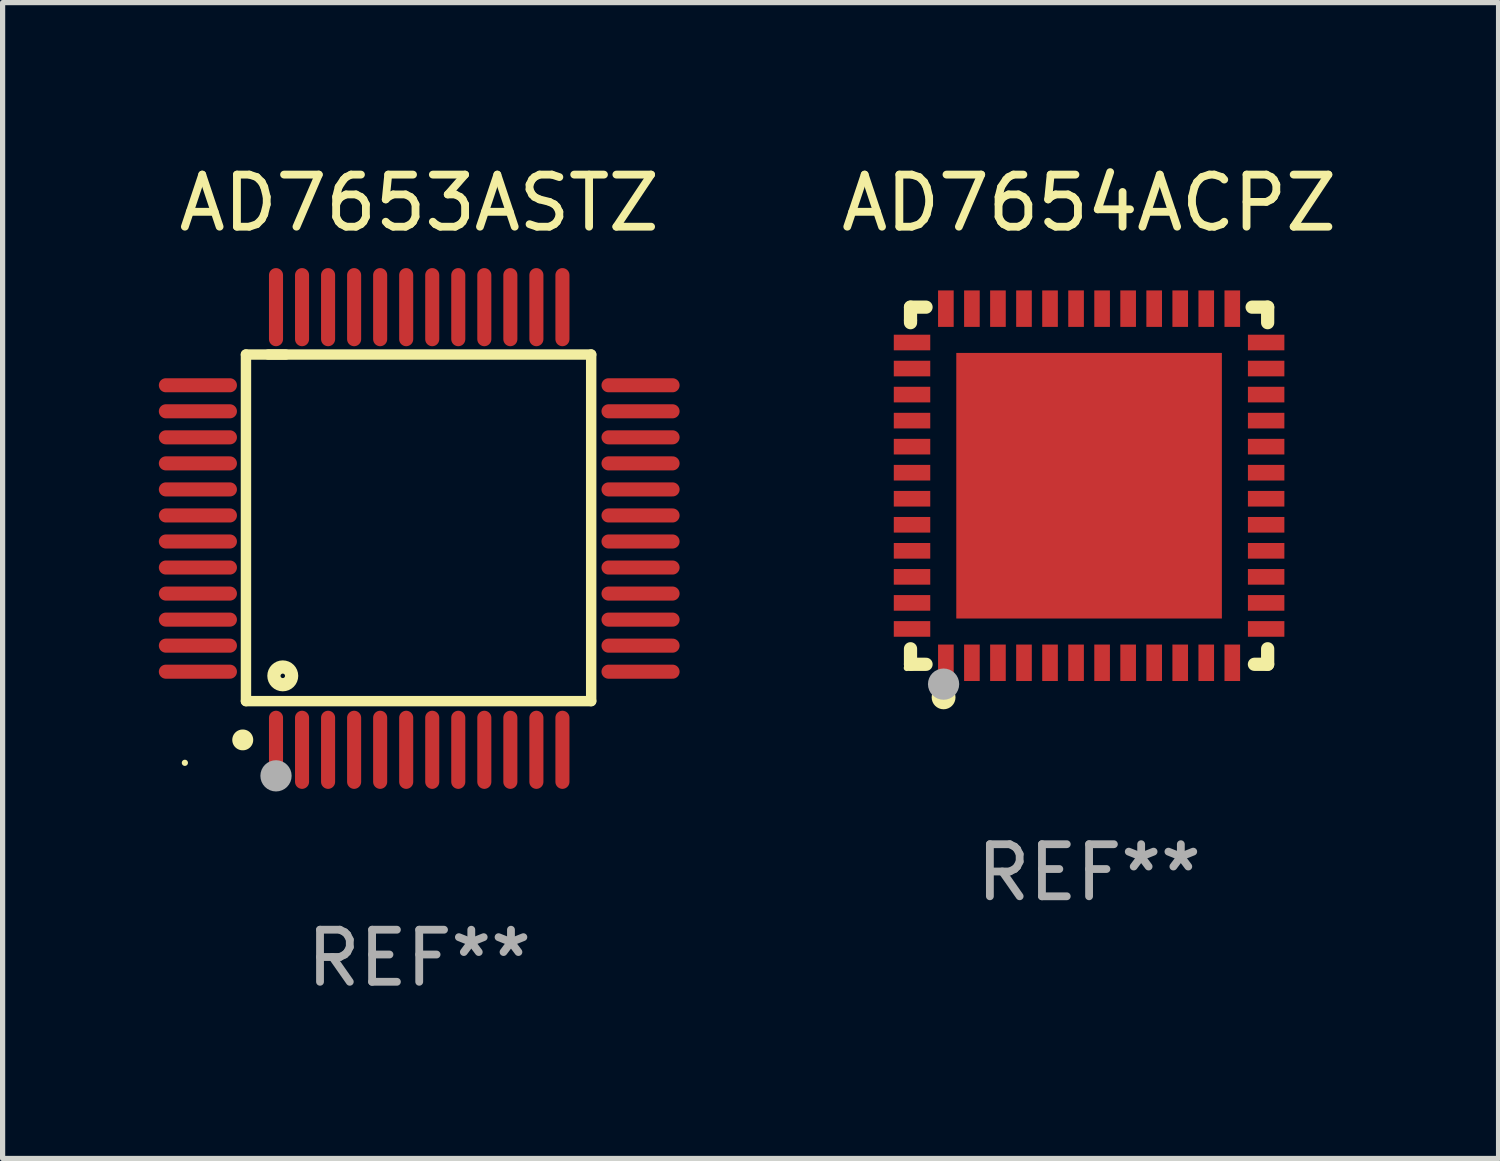
<source format=kicad_pcb>
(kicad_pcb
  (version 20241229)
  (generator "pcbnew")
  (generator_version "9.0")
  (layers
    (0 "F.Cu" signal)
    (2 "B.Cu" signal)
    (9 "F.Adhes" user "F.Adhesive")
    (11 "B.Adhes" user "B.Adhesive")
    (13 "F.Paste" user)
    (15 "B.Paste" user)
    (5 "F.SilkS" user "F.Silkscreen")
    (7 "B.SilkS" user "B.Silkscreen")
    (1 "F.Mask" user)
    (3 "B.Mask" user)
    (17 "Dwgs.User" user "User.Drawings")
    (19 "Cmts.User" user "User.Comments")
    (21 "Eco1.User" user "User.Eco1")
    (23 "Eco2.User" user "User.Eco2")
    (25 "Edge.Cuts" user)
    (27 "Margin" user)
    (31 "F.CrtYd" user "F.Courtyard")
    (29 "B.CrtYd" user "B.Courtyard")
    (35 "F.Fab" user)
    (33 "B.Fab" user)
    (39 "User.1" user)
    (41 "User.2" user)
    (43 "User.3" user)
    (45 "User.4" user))
  (footprint "AD7653ASTZ"
    (layer "F.Cu")
    (at 5 7.098)
    (property "Reference" "AD7653ASTZ" (at 0 -6.25 0) (layer "F.SilkS") (effects (font (size 1 1) (thickness 0.15))))
    (attr through_hole)
    (fp_line (start -3.327 -3.34) (end -2.565 -3.34) (stroke (width 0.2) (type solid)) (layer "F.SilkS"))
    (fp_line (start -3.327 3.315) (end -3.327 -3.34) (stroke (width 0.2) (type solid)) (layer "F.SilkS"))
    (fp_line (start -2.896 -3.34) (end 3.302 -3.34) (stroke (width 0.2) (type solid)) (layer "F.SilkS"))
    (fp_line (start 3.302 -3.34) (end 3.302 3.315) (stroke (width 0.2) (type solid)) (layer "F.SilkS"))
    (fp_line (start 3.302 3.315) (end -3.327 3.315) (stroke (width 0.2) (type solid)) (layer "F.SilkS"))
    (fp_arc (start -3.389992 4.059995) (mid -3.388722 4.059991) (end -3.387452 4.059995) (stroke (width 0.4) (type solid)) (layer "F.SilkS"))
    (fp_circle (center -4.5 4.5) (end -4.47 4.5) (stroke (width 0.06) (type solid)) (fill no) (layer "F.SilkS"))
    (fp_circle (center -2.62 2.83) (end -2.45 2.83) (stroke (width 0.254) (type solid)) (fill no) (layer "F.SilkS"))
    (fp_circle (center -2.75 4.75) (end -2.6 4.75) (stroke (width 0.3) (type solid)) (fill no) (layer "F.Fab"))
    (fp_text user "REF**" (at 0 8.25 0) (layer "F.Fab") (effects (font (size 1 1) (thickness 0.15))))
    (pad "1" smd oval (at -2.75 4.25) (size 0.27 1.5) (layers "F.Cu" "F.Mask" "F.Paste"))
    (pad "2" smd oval (at -2.25 4.25) (size 0.27 1.5) (layers "F.Cu" "F.Mask" "F.Paste"))
    (pad "3" smd oval (at -1.75 4.25) (size 0.27 1.5) (layers "F.Cu" "F.Mask" "F.Paste"))
    (pad "4" smd oval (at -1.25 4.25) (size 0.27 1.5) (layers "F.Cu" "F.Mask" "F.Paste"))
    (pad "5" smd oval (at -0.75 4.25) (size 0.27 1.5) (layers "F.Cu" "F.Mask" "F.Paste"))
    (pad "6" smd oval (at -0.25 4.25) (size 0.27 1.5) (layers "F.Cu" "F.Mask" "F.Paste"))
    (pad "7" smd oval (at 0.25 4.25) (size 0.27 1.5) (layers "F.Cu" "F.Mask" "F.Paste"))
    (pad "8" smd oval (at 0.75 4.25) (size 0.27 1.5) (layers "F.Cu" "F.Mask" "F.Paste"))
    (pad "9" smd oval (at 1.25 4.25) (size 0.27 1.5) (layers "F.Cu" "F.Mask" "F.Paste"))
    (pad "10" smd oval (at 1.75 4.25) (size 0.27 1.5) (layers "F.Cu" "F.Mask" "F.Paste"))
    (pad "11" smd oval (at 2.25 4.25) (size 0.27 1.5) (layers "F.Cu" "F.Mask" "F.Paste"))
    (pad "12" smd oval (at 2.75 4.25) (size 0.27 1.5) (layers "F.Cu" "F.Mask" "F.Paste"))
    (pad "13" smd oval (at 4.25 2.75) (size 1.5 0.27) (layers "F.Cu" "F.Mask" "F.Paste"))
    (pad "14" smd oval (at 4.25 2.25) (size 1.5 0.27) (layers "F.Cu" "F.Mask" "F.Paste"))
    (pad "15" smd oval (at 4.25 1.75) (size 1.5 0.27) (layers "F.Cu" "F.Mask" "F.Paste"))
    (pad "16" smd oval (at 4.25 1.25) (size 1.5 0.27) (layers "F.Cu" "F.Mask" "F.Paste"))
    (pad "17" smd oval (at 4.25 0.75) (size 1.5 0.27) (layers "F.Cu" "F.Mask" "F.Paste"))
    (pad "18" smd oval (at 4.25 0.25) (size 1.5 0.27) (layers "F.Cu" "F.Mask" "F.Paste"))
    (pad "19" smd oval (at 4.25 -0.25) (size 1.5 0.27) (layers "F.Cu" "F.Mask" "F.Paste"))
    (pad "20" smd oval (at 4.25 -0.75) (size 1.5 0.27) (layers "F.Cu" "F.Mask" "F.Paste"))
    (pad "21" smd oval (at 4.25 -1.25) (size 1.5 0.27) (layers "F.Cu" "F.Mask" "F.Paste"))
    (pad "22" smd oval (at 4.25 -1.75) (size 1.5 0.27) (layers "F.Cu" "F.Mask" "F.Paste"))
    (pad "23" smd oval (at 4.25 -2.25) (size 1.5 0.27) (layers "F.Cu" "F.Mask" "F.Paste"))
    (pad "24" smd oval (at 4.25 -2.75) (size 1.5 0.27) (layers "F.Cu" "F.Mask" "F.Paste"))
    (pad "25" smd oval (at 2.75 -4.25) (size 0.27 1.5) (layers "F.Cu" "F.Mask" "F.Paste"))
    (pad "26" smd oval (at 2.25 -4.25) (size 0.27 1.5) (layers "F.Cu" "F.Mask" "F.Paste"))
    (pad "27" smd oval (at 1.75 -4.25) (size 0.27 1.5) (layers "F.Cu" "F.Mask" "F.Paste"))
    (pad "28" smd oval (at 1.25 -4.25) (size 0.27 1.5) (layers "F.Cu" "F.Mask" "F.Paste"))
    (pad "29" smd oval (at 0.75 -4.25) (size 0.27 1.5) (layers "F.Cu" "F.Mask" "F.Paste"))
    (pad "30" smd oval (at 0.25 -4.25) (size 0.27 1.5) (layers "F.Cu" "F.Mask" "F.Paste"))
    (pad "31" smd oval (at -0.25 -4.25) (size 0.27 1.5) (layers "F.Cu" "F.Mask" "F.Paste"))
    (pad "32" smd oval (at -0.75 -4.25) (size 0.27 1.5) (layers "F.Cu" "F.Mask" "F.Paste"))
    (pad "33" smd oval (at -1.25 -4.25) (size 0.27 1.5) (layers "F.Cu" "F.Mask" "F.Paste"))
    (pad "34" smd oval (at -1.75 -4.25) (size 0.27 1.5) (layers "F.Cu" "F.Mask" "F.Paste"))
    (pad "35" smd oval (at -2.25 -4.25) (size 0.27 1.5) (layers "F.Cu" "F.Mask" "F.Paste"))
    (pad "36" smd oval (at -2.75 -4.25) (size 0.27 1.5) (layers "F.Cu" "F.Mask" "F.Paste"))
    (pad "37" smd oval (at -4.25 -2.75) (size 1.5 0.27) (layers "F.Cu" "F.Mask" "F.Paste"))
    (pad "38" smd oval (at -4.25 -2.25) (size 1.5 0.27) (layers "F.Cu" "F.Mask" "F.Paste"))
    (pad "39" smd oval (at -4.25 -1.75) (size 1.5 0.27) (layers "F.Cu" "F.Mask" "F.Paste"))
    (pad "40" smd oval (at -4.25 -1.25) (size 1.5 0.27) (layers "F.Cu" "F.Mask" "F.Paste"))
    (pad "41" smd oval (at -4.25 -0.75) (size 1.5 0.27) (layers "F.Cu" "F.Mask" "F.Paste"))
    (pad "42" smd oval (at -4.25 -0.25) (size 1.5 0.27) (layers "F.Cu" "F.Mask" "F.Paste"))
    (pad "43" smd oval (at -4.25 0.25) (size 1.5 0.27) (layers "F.Cu" "F.Mask" "F.Paste"))
    (pad "44" smd oval (at -4.25 0.75) (size 1.5 0.27) (layers "F.Cu" "F.Mask" "F.Paste"))
    (pad "45" smd oval (at -4.25 1.25) (size 1.5 0.27) (layers "F.Cu" "F.Mask" "F.Paste"))
    (pad "46" smd oval (at -4.25 1.75) (size 1.5 0.27) (layers "F.Cu" "F.Mask" "F.Paste"))
    (pad "47" smd oval (at -4.25 2.25) (size 1.5 0.27) (layers "F.Cu" "F.Mask" "F.Paste"))
    (pad "48" smd oval (at -4.25 2.75) (size 1.5 0.27) (layers "F.Cu" "F.Mask" "F.Paste")))
  (footprint "AD7654ACPZ"
    (layer "F.Cu")
    (at 17.863 6.277)
    (property "Reference" "AD7654ACPZ" (at 0 -5.429 0) (layer "F.SilkS") (effects (font (size 1 1) (thickness 0.15))))
    (attr through_hole)
    (fp_line (start -3.429 -3.429) (end -3.429 -3.175) (stroke (width 0.254) (type solid)) (layer "F.SilkS"))
    (fp_line (start -3.429 -3.175) (end -3.429 -3.131) (stroke (width 0.254) (type solid)) (layer "F.SilkS"))
    (fp_line (start -3.429 3.131) (end -3.429 3.429) (stroke (width 0.254) (type solid)) (layer "F.SilkS"))
    (fp_line (start -3.429 3.429) (end -3.131 3.429) (stroke (width 0.254) (type solid)) (layer "F.SilkS"))
    (fp_line (start -3.131 -3.429) (end -3.429 -3.429) (stroke (width 0.254) (type solid)) (layer "F.SilkS"))
    (fp_line (start 3.131 -3.429) (end 3.429 -3.429) (stroke (width 0.254) (type solid)) (layer "F.SilkS"))
    (fp_line (start 3.429 -3.429) (end 3.429 -3.131) (stroke (width 0.254) (type solid)) (layer "F.SilkS"))
    (fp_line (start 3.429 3.131) (end 3.429 3.429) (stroke (width 0.254) (type solid)) (layer "F.SilkS"))
    (fp_line (start 3.429 3.429) (end 3.175 3.429) (stroke (width 0.254) (type solid)) (layer "F.SilkS"))
    (fp_circle (center -3.5 3.5) (end -3.47 3.5) (stroke (width 0.06) (type solid)) (fill no) (layer "F.SilkS"))
    (fp_circle (center -2.794 4.064) (end -2.667 4.064) (stroke (width 0.204) (type solid)) (fill no) (layer "F.SilkS"))
    (fp_circle (center -2.794 3.81) (end -2.644 3.81) (stroke (width 0.3) (type solid)) (fill no) (layer "F.Fab"))
    (fp_text user "REF**" (at 0 7.429 0) (layer "F.Fab") (effects (font (size 1 1) (thickness 0.15))))
    (pad "1" smd rect (at -2.75 3.4) (size 0.3 0.7) (layers "F.Cu" "F.Mask" "F.Paste"))
    (pad "2" smd rect (at -2.25 3.4) (size 0.3 0.7) (layers "F.Cu" "F.Mask" "F.Paste"))
    (pad "3" smd rect (at -1.75 3.4) (size 0.3 0.7) (layers "F.Cu" "F.Mask" "F.Paste"))
    (pad "4" smd rect (at -1.25 3.4) (size 0.3 0.7) (layers "F.Cu" "F.Mask" "F.Paste"))
    (pad "5" smd rect (at -0.75 3.4) (size 0.3 0.7) (layers "F.Cu" "F.Mask" "F.Paste"))
    (pad "6" smd rect (at -0.25 3.4) (size 0.3 0.7) (layers "F.Cu" "F.Mask" "F.Paste"))
    (pad "7" smd rect (at 0.25 3.4) (size 0.3 0.7) (layers "F.Cu" "F.Mask" "F.Paste"))
    (pad "8" smd rect (at 0.75 3.4) (size 0.3 0.7) (layers "F.Cu" "F.Mask" "F.Paste"))
    (pad "9" smd rect (at 1.25 3.4) (size 0.3 0.7) (layers "F.Cu" "F.Mask" "F.Paste"))
    (pad "10" smd rect (at 1.75 3.4) (size 0.3 0.7) (layers "F.Cu" "F.Mask" "F.Paste"))
    (pad "11" smd rect (at 2.25 3.4) (size 0.3 0.7) (layers "F.Cu" "F.Mask" "F.Paste"))
    (pad "12" smd rect (at 2.75 3.4) (size 0.3 0.7) (layers "F.Cu" "F.Mask" "F.Paste"))
    (pad "13" smd rect (at 3.4 2.75) (size 0.7 0.3) (layers "F.Cu" "F.Mask" "F.Paste"))
    (pad "14" smd rect (at 3.4 2.25) (size 0.7 0.3) (layers "F.Cu" "F.Mask" "F.Paste"))
    (pad "15" smd rect (at 3.4 1.75) (size 0.7 0.3) (layers "F.Cu" "F.Mask" "F.Paste"))
    (pad "16" smd rect (at 3.4 1.25) (size 0.7 0.3) (layers "F.Cu" "F.Mask" "F.Paste"))
    (pad "17" smd rect (at 3.4 0.75) (size 0.7 0.3) (layers "F.Cu" "F.Mask" "F.Paste"))
    (pad "18" smd rect (at 3.4 0.25) (size 0.7 0.3) (layers "F.Cu" "F.Mask" "F.Paste"))
    (pad "19" smd rect (at 3.4 -0.25) (size 0.7 0.3) (layers "F.Cu" "F.Mask" "F.Paste"))
    (pad "20" smd rect (at 3.4 -0.75) (size 0.7 0.3) (layers "F.Cu" "F.Mask" "F.Paste"))
    (pad "21" smd rect (at 3.4 -1.25) (size 0.7 0.3) (layers "F.Cu" "F.Mask" "F.Paste"))
    (pad "22" smd rect (at 3.4 -1.75) (size 0.7 0.3) (layers "F.Cu" "F.Mask" "F.Paste"))
    (pad "23" smd rect (at 3.4 -2.25) (size 0.7 0.3) (layers "F.Cu" "F.Mask" "F.Paste"))
    (pad "24" smd rect (at 3.4 -2.75) (size 0.7 0.3) (layers "F.Cu" "F.Mask" "F.Paste"))
    (pad "25" smd rect (at 2.75 -3.4) (size 0.3 0.7) (layers "F.Cu" "F.Mask" "F.Paste"))
    (pad "26" smd rect (at 2.25 -3.4) (size 0.3 0.7) (layers "F.Cu" "F.Mask" "F.Paste"))
    (pad "27" smd rect (at 1.75 -3.4) (size 0.3 0.7) (layers "F.Cu" "F.Mask" "F.Paste"))
    (pad "28" smd rect (at 1.25 -3.4) (size 0.3 0.7) (layers "F.Cu" "F.Mask" "F.Paste"))
    (pad "29" smd rect (at 0.75 -3.4) (size 0.3 0.7) (layers "F.Cu" "F.Mask" "F.Paste"))
    (pad "30" smd rect (at 0.25 -3.4) (size 0.3 0.7) (layers "F.Cu" "F.Mask" "F.Paste"))
    (pad "31" smd rect (at -0.25 -3.4) (size 0.3 0.7) (layers "F.Cu" "F.Mask" "F.Paste"))
    (pad "32" smd rect (at -0.75 -3.4) (size 0.3 0.7) (layers "F.Cu" "F.Mask" "F.Paste"))
    (pad "33" smd rect (at -1.25 -3.4) (size 0.3 0.7) (layers "F.Cu" "F.Mask" "F.Paste"))
    (pad "34" smd rect (at -1.75 -3.4) (size 0.3 0.7) (layers "F.Cu" "F.Mask" "F.Paste"))
    (pad "35" smd rect (at -2.25 -3.4) (size 0.3 0.7) (layers "F.Cu" "F.Mask" "F.Paste"))
    (pad "36" smd rect (at -2.75 -3.4) (size 0.3 0.7) (layers "F.Cu" "F.Mask" "F.Paste"))
    (pad "37" smd rect (at -3.4 -2.75) (size 0.7 0.3) (layers "F.Cu" "F.Mask" "F.Paste"))
    (pad "38" smd rect (at -3.4 -2.25) (size 0.7 0.3) (layers "F.Cu" "F.Mask" "F.Paste"))
    (pad "39" smd rect (at -3.4 -1.75) (size 0.7 0.3) (layers "F.Cu" "F.Mask" "F.Paste"))
    (pad "40" smd rect (at -3.4 -1.25) (size 0.7 0.3) (layers "F.Cu" "F.Mask" "F.Paste"))
    (pad "41" smd rect (at -3.4 -0.75) (size 0.7 0.3) (layers "F.Cu" "F.Mask" "F.Paste"))
    (pad "42" smd rect (at -3.4 -0.25) (size 0.7 0.3) (layers "F.Cu" "F.Mask" "F.Paste"))
    (pad "43" smd rect (at -3.4 0.25) (size 0.7 0.3) (layers "F.Cu" "F.Mask" "F.Paste"))
    (pad "44" smd rect (at -3.4 0.75) (size 0.7 0.3) (layers "F.Cu" "F.Mask" "F.Paste"))
    (pad "45" smd rect (at -3.4 1.25) (size 0.7 0.3) (layers "F.Cu" "F.Mask" "F.Paste"))
    (pad "46" smd rect (at -3.4 1.75) (size 0.7 0.3) (layers "F.Cu" "F.Mask" "F.Paste"))
    (pad "47" smd rect (at -3.4 2.25) (size 0.7 0.3) (layers "F.Cu" "F.Mask" "F.Paste"))
    (pad "48" smd rect (at -3.4 2.75) (size 0.7 0.3) (layers "F.Cu" "F.Mask" "F.Paste"))
    (pad "49" smd rect (at 0 0) (size 5.1 5.1) (layers "F.Cu" "F.Mask" "F.Paste")))
  (gr_rect
    (start -3 -3)
    (end 25.726 19.196)
    (stroke (width 0.1) (type default))
    (fill no)
    (layer "Edge.Cuts")))
</source>
